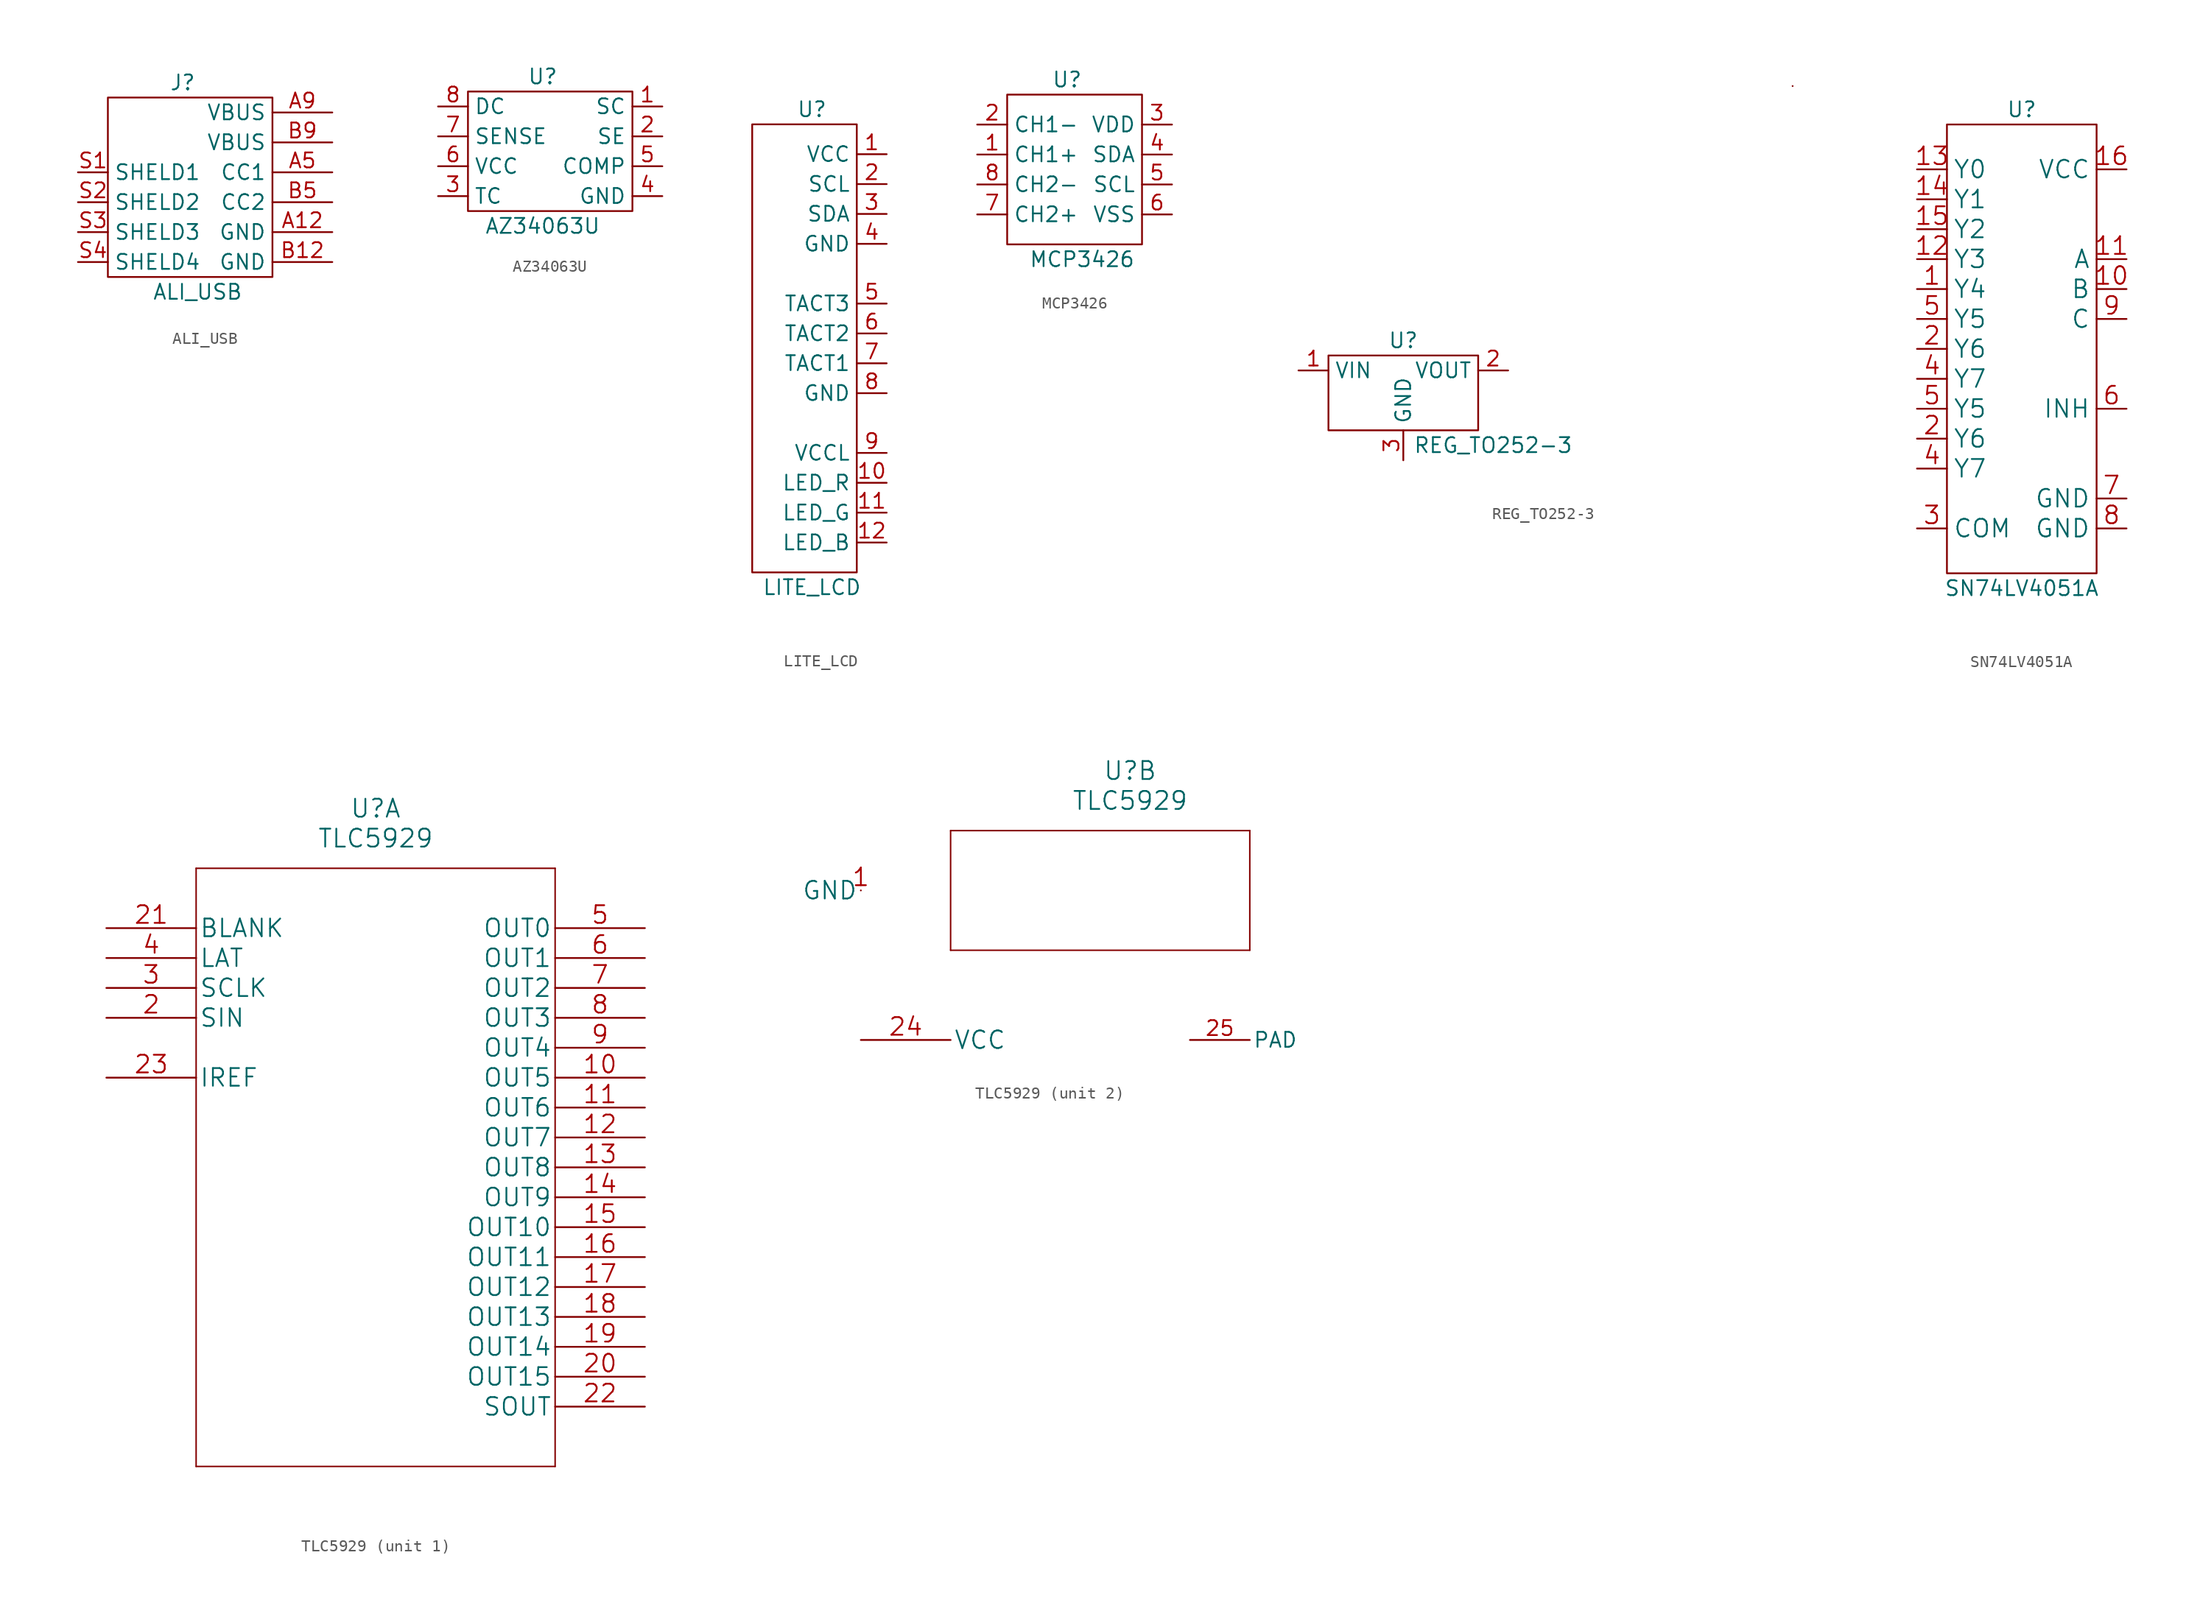
<source format=kicad_sym>
(kicad_symbol_lib
  (version 20211014)
  (generator kicad_symbol_editor)
  (symbol "ALI_USB"
    (property "Reference" "J"
      (at -7.62 2.54 0)
      (effects (font (size 1.27 1.27))))
    (property "Value" "ALI_USB"
      (at -6.35 -15.24 0)
      (effects (font (size 1.27 1.27))))
    (symbol "ALI_USB_0_1"
      (rectangle (start 0 1.27) (end -13.97 -13.97) (stroke (width 0.152) (type default) (color 0 0 0 0)) (fill (type none))))
    (symbol "ALI_USB_1_1"
      (pin input line (at 5.08 -10.16 180) (length 5.08) (name "GND" (effects (font (size 1.27 1.27)))) (number "A12" (effects (font (size 1.27 1.27)))))
      (pin input line (at 5.08 -5.08 180) (length 5.08) (name "CC1" (effects (font (size 1.27 1.27)))) (number "A5" (effects (font (size 1.27 1.27)))))
      (pin input line (at 5.08 0 180) (length 5.08) (name "VBUS" (effects (font (size 1.27 1.27)))) (number "A9" (effects (font (size 1.27 1.27)))))
      (pin input line (at 5.08 -12.7 180) (length 5.08) (name "GND" (effects (font (size 1.27 1.27)))) (number "B12" (effects (font (size 1.27 1.27)))))
      (pin input line (at 5.08 -7.62 180) (length 5.08) (name "CC2" (effects (font (size 1.27 1.27)))) (number "B5" (effects (font (size 1.27 1.27)))))
      (pin input line (at 5.08 -2.54 180) (length 5.08) (name "VBUS" (effects (font (size 1.27 1.27)))) (number "B9" (effects (font (size 1.27 1.27)))))
      (pin input line (at -16.51 -5.08 0) (length 2.54) (name "SHELD1" (effects (font (size 1.27 1.27)))) (number "S1" (effects (font (size 1.27 1.27)))))
      (pin input line (at -16.51 -7.62 0) (length 2.54) (name "SHELD2" (effects (font (size 1.27 1.27)))) (number "S2" (effects (font (size 1.27 1.27)))))
      (pin input line (at -16.51 -10.16 0) (length 2.54) (name "SHELD3" (effects (font (size 1.27 1.27)))) (number "S3" (effects (font (size 1.27 1.27)))))
      (pin input line (at -16.51 -12.7 0) (length 2.54) (name "SHELD4" (effects (font (size 1.27 1.27)))) (number "S4" (effects (font (size 1.27 1.27)))))))
  (symbol "AZ34063U"
    (property "Reference" "U"
      (at 0 0 0)
      (effects (font (size 1.27 1.27))))
    (property "Value" "AZ34063U"
      (at 0 -12.7 0)
      (effects (font (size 1.27 1.27))))
    (symbol "AZ34063U_0_1"
      (rectangle (start -6.35 -1.27) (end 7.62 -11.43) (stroke (width 0.152) (type default) (color 0 0 0 0)) (fill (type none))))
    (symbol "AZ34063U_1_1"
      (pin input line (at 10.16 -2.54 180) (length 2.54) (name "SC" (effects (font (size 1.27 1.27)))) (number "1" (effects (font (size 1.27 1.27)))))
      (pin input line (at 10.16 -5.08 180) (length 2.54) (name "SE" (effects (font (size 1.27 1.27)))) (number "2" (effects (font (size 1.27 1.27)))))
      (pin input line (at -8.89 -10.16 0) (length 2.54) (name "TC" (effects (font (size 1.27 1.27)))) (number "3" (effects (font (size 1.27 1.27)))))
      (pin input line (at 10.16 -10.16 180) (length 2.54) (name "GND" (effects (font (size 1.27 1.27)))) (number "4" (effects (font (size 1.27 1.27)))))
      (pin input line (at 10.16 -7.62 180) (length 2.54) (name "COMP" (effects (font (size 1.27 1.27)))) (number "5" (effects (font (size 1.27 1.27)))))
      (pin input line (at -8.89 -7.62 0) (length 2.54) (name "VCC" (effects (font (size 1.27 1.27)))) (number "6" (effects (font (size 1.27 1.27)))))
      (pin input line (at -8.89 -5.08 0) (length 2.54) (name "SENSE" (effects (font (size 1.27 1.27)))) (number "7" (effects (font (size 1.27 1.27)))))
      (pin input line (at -8.89 -2.54 0) (length 2.54) (name "DC" (effects (font (size 1.27 1.27)))) (number "8" (effects (font (size 1.27 1.27)))))))
  (symbol "LITE_LCD"
    (property "Reference" "U"
      (at -3.81 3.81 0)
      (effects (font (size 1.27 1.27))))
    (property "Value" "LITE_LCD"
      (at -3.81 -36.83 0)
      (effects (font (size 1.27 1.27))))
    (symbol "LITE_LCD_0_1"
      (rectangle (start 0 2.54) (end -8.89 -35.56) (stroke (width 0.152) (type default) (color 0 0 0 0)) (fill (type none))))
    (symbol "LITE_LCD_1_1"
      (pin input line (at 2.54 0 180) (length 2.54) (name "VCC" (effects (font (size 1.27 1.27)))) (number "1" (effects (font (size 1.27 1.27)))))
      (pin input line (at 2.54 -27.94 180) (length 2.54) (name "LED_R" (effects (font (size 1.27 1.27)))) (number "10" (effects (font (size 1.27 1.27)))))
      (pin input line (at 2.54 -30.48 180) (length 2.54) (name "LED_G" (effects (font (size 1.27 1.27)))) (number "11" (effects (font (size 1.27 1.27)))))
      (pin input line (at 2.54 -33.02 180) (length 2.54) (name "LED_B" (effects (font (size 1.27 1.27)))) (number "12" (effects (font (size 1.27 1.27)))))
      (pin input line (at 2.54 -2.54 180) (length 2.54) (name "SCL" (effects (font (size 1.27 1.27)))) (number "2" (effects (font (size 1.27 1.27)))))
      (pin input line (at 2.54 -5.08 180) (length 2.54) (name "SDA" (effects (font (size 1.27 1.27)))) (number "3" (effects (font (size 1.27 1.27)))))
      (pin input line (at 2.54 -7.62 180) (length 2.54) (name "GND" (effects (font (size 1.27 1.27)))) (number "4" (effects (font (size 1.27 1.27)))))
      (pin input line (at 2.54 -12.7 180) (length 2.54) (name "TACT3" (effects (font (size 1.27 1.27)))) (number "5" (effects (font (size 1.27 1.27)))))
      (pin input line (at 2.54 -15.24 180) (length 2.54) (name "TACT2" (effects (font (size 1.27 1.27)))) (number "6" (effects (font (size 1.27 1.27)))))
      (pin input line (at 2.54 -17.78 180) (length 2.54) (name "TACT1" (effects (font (size 1.27 1.27)))) (number "7" (effects (font (size 1.27 1.27)))))
      (pin input line (at 2.54 -20.32 180) (length 2.54) (name "GND" (effects (font (size 1.27 1.27)))) (number "8" (effects (font (size 1.27 1.27)))))
      (pin input line (at 2.54 -25.4 180) (length 2.54) (name "VCCL" (effects (font (size 1.27 1.27)))) (number "9" (effects (font (size 1.27 1.27)))))))
  (symbol "MCP3426"
    (property "Reference" "U"
      (at 5.08 3.81 0)
      (effects (font (size 1.27 1.27))))
    (property "Value" "MCP3426"
      (at 6.35 -11.43 0)
      (effects (font (size 1.27 1.27))))
    (symbol "MCP3426_0_1"
      (rectangle (start 0 2.54) (end 11.43 -10.16) (stroke (width 0.152) (type default) (color 0 0 0 0)) (fill (type none))))
    (symbol "MCP3426_1_1"
      (pin input line (at -2.54 -2.54 0) (length 2.54) (name "CH1+" (effects (font (size 1.27 1.27)))) (number "1" (effects (font (size 1.27 1.27)))))
      (pin input line (at -2.54 0 0) (length 2.54) (name "CH1-" (effects (font (size 1.27 1.27)))) (number "2" (effects (font (size 1.27 1.27)))))
      (pin input line (at 13.97 0 180) (length 2.54) (name "VDD" (effects (font (size 1.27 1.27)))) (number "3" (effects (font (size 1.27 1.27)))))
      (pin input line (at 13.97 -2.54 180) (length 2.54) (name "SDA" (effects (font (size 1.27 1.27)))) (number "4" (effects (font (size 1.27 1.27)))))
      (pin input line (at 13.97 -5.08 180) (length 2.54) (name "SCL" (effects (font (size 1.27 1.27)))) (number "5" (effects (font (size 1.27 1.27)))))
      (pin input line (at 13.97 -7.62 180) (length 2.54) (name "VSS" (effects (font (size 1.27 1.27)))) (number "6" (effects (font (size 1.27 1.27)))))
      (pin input line (at -2.54 -7.62 0) (length 2.54) (name "CH2+" (effects (font (size 1.27 1.27)))) (number "7" (effects (font (size 1.27 1.27)))))
      (pin input line (at -2.54 -5.08 0) (length 2.54) (name "CH2-" (effects (font (size 1.27 1.27)))) (number "8" (effects (font (size 1.27 1.27)))))))
  (symbol "REG_TO252-3"
    (property "Reference" "U"
      (at 0 1.27 0)
      (effects (font (size 1.27 1.27))))
    (property "Value" "REG_TO252-3"
      (at 7.62 -7.62 0)
      (effects (font (size 1.27 1.27))))
    (symbol "REG_TO252-3_0_1"
      (rectangle (start -6.35 0) (end 6.35 -6.35) (stroke (width 0.152) (type default) (color 0 0 0 0)) (fill (type none)))
      (rectangle (start 33.02 22.86) (end 33.02 22.86) (stroke (width 0.152) (type default) (color 0 0 0 0)) (fill (type none))))
    (symbol "REG_TO252-3_1_1"
      (pin input line (at -8.89 -1.27 0) (length 2.54) (name "VIN" (effects (font (size 1.27 1.27)))) (number "1" (effects (font (size 1.27 1.27)))))
      (pin input line (at 8.89 -1.27 180) (length 2.54) (name "VOUT" (effects (font (size 1.27 1.27)))) (number "2" (effects (font (size 1.27 1.27)))))
      (pin input line (at 0 -8.89 90) (length 2.54) (name "GND" (effects (font (size 1.27 1.27)))) (number "3" (effects (font (size 1.27 1.27)))))))
  (symbol "SN74LV4051A"
    (property "Reference" "U"
      (at -6.35 5.08 0)
      (effects (font (size 1.27 1.27))))
    (property "Value" "SN74LV4051A"
      (at -6.35 -35.56 0)
      (effects (font (size 1.27 1.27))))
    (symbol "SN74LV4051A_0_1"
      (rectangle (start -12.7 3.81) (end 0 -34.29) (stroke (width 0.152) (type default) (color 0 0 0 0)) (fill (type none))))
    (symbol "SN74LV4051A_1_1"
      (pin power_in line (at -15.24 -10.16 0) (length 2.54) (name "Y4" (effects (font (size 1.499 1.499)))) (number "1" (effects (font (size 1.499 1.499)))))
      (pin power_in line (at 2.54 -10.16 180) (length 2.54) (name "B" (effects (font (size 1.499 1.499)))) (number "10" (effects (font (size 1.499 1.499)))))
      (pin power_in line (at 2.54 -7.62 180) (length 2.54) (name "A" (effects (font (size 1.499 1.499)))) (number "11" (effects (font (size 1.499 1.499)))))
      (pin power_in line (at -15.24 -7.62 0) (length 2.54) (name "Y3" (effects (font (size 1.499 1.499)))) (number "12" (effects (font (size 1.499 1.499)))))
      (pin power_in line (at -15.24 0 0) (length 2.54) (name "Y0" (effects (font (size 1.499 1.499)))) (number "13" (effects (font (size 1.499 1.499)))))
      (pin power_in line (at -15.24 -2.54 0) (length 2.54) (name "Y1" (effects (font (size 1.499 1.499)))) (number "14" (effects (font (size 1.499 1.499)))))
      (pin power_in line (at -15.24 -5.08 0) (length 2.54) (name "Y2" (effects (font (size 1.499 1.499)))) (number "15" (effects (font (size 1.499 1.499)))))
      (pin power_in line (at 2.54 0 180) (length 2.54) (name "VCC" (effects (font (size 1.499 1.499)))) (number "16" (effects (font (size 1.499 1.499)))))
      (pin power_in line (at -15.24 -22.86 0) (length 2.54) (name "Y6" (effects (font (size 1.499 1.499)))) (number "2" (effects (font (size 1.499 1.499)))))
      (pin power_in line (at -15.24 -15.24 0) (length 2.54) (name "Y6" (effects (font (size 1.499 1.499)))) (number "2" (effects (font (size 1.499 1.499)))))
      (pin power_in line (at -15.24 -30.48 0) (length 2.54) (name "COM" (effects (font (size 1.499 1.499)))) (number "3" (effects (font (size 1.499 1.499)))))
      (pin power_in line (at -15.24 -25.4 0) (length 2.54) (name "Y7" (effects (font (size 1.499 1.499)))) (number "4" (effects (font (size 1.499 1.499)))))
      (pin power_in line (at -15.24 -17.78 0) (length 2.54) (name "Y7" (effects (font (size 1.499 1.499)))) (number "4" (effects (font (size 1.499 1.499)))))
      (pin power_in line (at -15.24 -20.32 0) (length 2.54) (name "Y5" (effects (font (size 1.499 1.499)))) (number "5" (effects (font (size 1.499 1.499)))))
      (pin power_in line (at -15.24 -12.7 0) (length 2.54) (name "Y5" (effects (font (size 1.499 1.499)))) (number "5" (effects (font (size 1.499 1.499)))))
      (pin power_in line (at 2.54 -20.32 180) (length 2.54) (name "INH" (effects (font (size 1.499 1.499)))) (number "6" (effects (font (size 1.499 1.499)))))
      (pin power_in line (at 2.54 -27.94 180) (length 2.54) (name "GND" (effects (font (size 1.499 1.499)))) (number "7" (effects (font (size 1.499 1.499)))))
      (pin power_in line (at 2.54 -30.48 180) (length 2.54) (name "GND" (effects (font (size 1.499 1.499)))) (number "8" (effects (font (size 1.499 1.499)))))
      (pin power_in line (at 2.54 -12.7 180) (length 2.54) (name "C" (effects (font (size 1.499 1.499)))) (number "9" (effects (font (size 1.499 1.499)))))))
  (symbol "TLC5929"
    (pin_names
      (offset 0.254))
    (property "Reference" "U"
      (at 22.86 10.16 0)
      (effects (font (size 1.524 1.524))))
    (property "Value" "TLC5929"
      (at 22.86 7.62 0)
      (effects (font (size 1.524 1.524))))
    (property "Datasheet" ""
      (at 0 0 0)
      (effects (font (size 1.524 1.524))))
    (symbol "TLC5929_1_1"
      (polyline (pts (xy 7.62 -45.72) (xy 38.1 -45.72)) (stroke (width 0.127) (type default) (color 0 0 0 0)) (fill (type none)))
      (polyline (pts (xy 7.62 5.08) (xy 7.62 -45.72)) (stroke (width 0.127) (type default) (color 0 0 0 0)) (fill (type none)))
      (polyline (pts (xy 38.1 -45.72) (xy 38.1 5.08)) (stroke (width 0.127) (type default) (color 0 0 0 0)) (fill (type none)))
      (polyline (pts (xy 38.1 5.08) (xy 7.62 5.08)) (stroke (width 0.127) (type default) (color 0 0 0 0)) (fill (type none)))
      (pin output line (at 45.72 -12.7 180) (length 7.62) (name "OUT5" (effects (font (size 1.499 1.499)))) (number "10" (effects (font (size 1.499 1.499)))))
      (pin output line (at 45.72 -15.24 180) (length 7.62) (name "OUT6" (effects (font (size 1.499 1.499)))) (number "11" (effects (font (size 1.499 1.499)))))
      (pin output line (at 45.72 -17.78 180) (length 7.62) (name "OUT7" (effects (font (size 1.499 1.499)))) (number "12" (effects (font (size 1.499 1.499)))))
      (pin output line (at 45.72 -20.32 180) (length 7.62) (name "OUT8" (effects (font (size 1.499 1.499)))) (number "13" (effects (font (size 1.499 1.499)))))
      (pin output line (at 45.72 -22.86 180) (length 7.62) (name "OUT9" (effects (font (size 1.499 1.499)))) (number "14" (effects (font (size 1.499 1.499)))))
      (pin output line (at 45.72 -25.4 180) (length 7.62) (name "OUT10" (effects (font (size 1.499 1.499)))) (number "15" (effects (font (size 1.499 1.499)))))
      (pin output line (at 45.72 -27.94 180) (length 7.62) (name "OUT11" (effects (font (size 1.499 1.499)))) (number "16" (effects (font (size 1.499 1.499)))))
      (pin output line (at 45.72 -30.48 180) (length 7.62) (name "OUT12" (effects (font (size 1.499 1.499)))) (number "17" (effects (font (size 1.499 1.499)))))
      (pin output line (at 45.72 -33.02 180) (length 7.62) (name "OUT13" (effects (font (size 1.499 1.499)))) (number "18" (effects (font (size 1.499 1.499)))))
      (pin output line (at 45.72 -35.56 180) (length 7.62) (name "OUT14" (effects (font (size 1.499 1.499)))) (number "19" (effects (font (size 1.499 1.499)))))
      (pin input line (at 0 -7.62 0) (length 7.62) (name "SIN" (effects (font (size 1.499 1.499)))) (number "2" (effects (font (size 1.499 1.499)))))
      (pin output line (at 45.72 -38.1 180) (length 7.62) (name "OUT15" (effects (font (size 1.499 1.499)))) (number "20" (effects (font (size 1.499 1.499)))))
      (pin input line (at 0 0 0) (length 7.62) (name "BLANK" (effects (font (size 1.499 1.499)))) (number "21" (effects (font (size 1.499 1.499)))))
      (pin output line (at 45.72 -40.64 180) (length 7.62) (name "SOUT" (effects (font (size 1.499 1.499)))) (number "22" (effects (font (size 1.499 1.499)))))
      (pin bidirectional line (at 0 -12.7 0) (length 7.62) (name "IREF" (effects (font (size 1.499 1.499)))) (number "23" (effects (font (size 1.499 1.499)))))
      (pin input line (at 0 -5.08 0) (length 7.62) (name "SCLK" (effects (font (size 1.499 1.499)))) (number "3" (effects (font (size 1.499 1.499)))))
      (pin input line (at 0 -2.54 0) (length 7.62) (name "LAT" (effects (font (size 1.499 1.499)))) (number "4" (effects (font (size 1.499 1.499)))))
      (pin output line (at 45.72 0 180) (length 7.62) (name "OUT0" (effects (font (size 1.499 1.499)))) (number "5" (effects (font (size 1.499 1.499)))))
      (pin output line (at 45.72 -2.54 180) (length 7.62) (name "OUT1" (effects (font (size 1.499 1.499)))) (number "6" (effects (font (size 1.499 1.499)))))
      (pin output line (at 45.72 -5.08 180) (length 7.62) (name "OUT2" (effects (font (size 1.499 1.499)))) (number "7" (effects (font (size 1.499 1.499)))))
      (pin output line (at 45.72 -7.62 180) (length 7.62) (name "OUT3" (effects (font (size 1.499 1.499)))) (number "8" (effects (font (size 1.499 1.499)))))
      (pin output line (at 45.72 -10.16 180) (length 7.62) (name "OUT4" (effects (font (size 1.499 1.499)))) (number "9" (effects (font (size 1.499 1.499))))))
    (symbol "TLC5929_2_1"
      (polyline (pts (xy 7.62 -5.08) (xy 33.02 -5.08)) (stroke (width 0.127) (type default) (color 0 0 0 0)) (fill (type none)))
      (polyline (pts (xy 7.62 5.08) (xy 7.62 -5.08)) (stroke (width 0.127) (type default) (color 0 0 0 0)) (fill (type none)))
      (polyline (pts (xy 33.02 -5.08) (xy 33.02 5.08)) (stroke (width 0.127) (type default) (color 0 0 0 0)) (fill (type none)))
      (polyline (pts (xy 33.02 5.08) (xy 7.62 5.08)) (stroke (width 0.127) (type default) (color 0 0 0 0)) (fill (type none)))
      (pin power_in line (at 0 0 180) (length 0) (name "GND" (effects (font (size 1.499 1.499)))) (number "1" (effects (font (size 1.499 1.499)))))
      (pin power_in line (at 0 -12.7 0) (length 7.62) (name "VCC" (effects (font (size 1.499 1.499)))) (number "24" (effects (font (size 1.499 1.499)))))
      (pin input line (at 27.94 -12.7 0) (length 5.08) (name "PAD" (effects (font (size 1.27 1.27)))) (number "25" (effects (font (size 1.27 1.27))))))))
</source>
